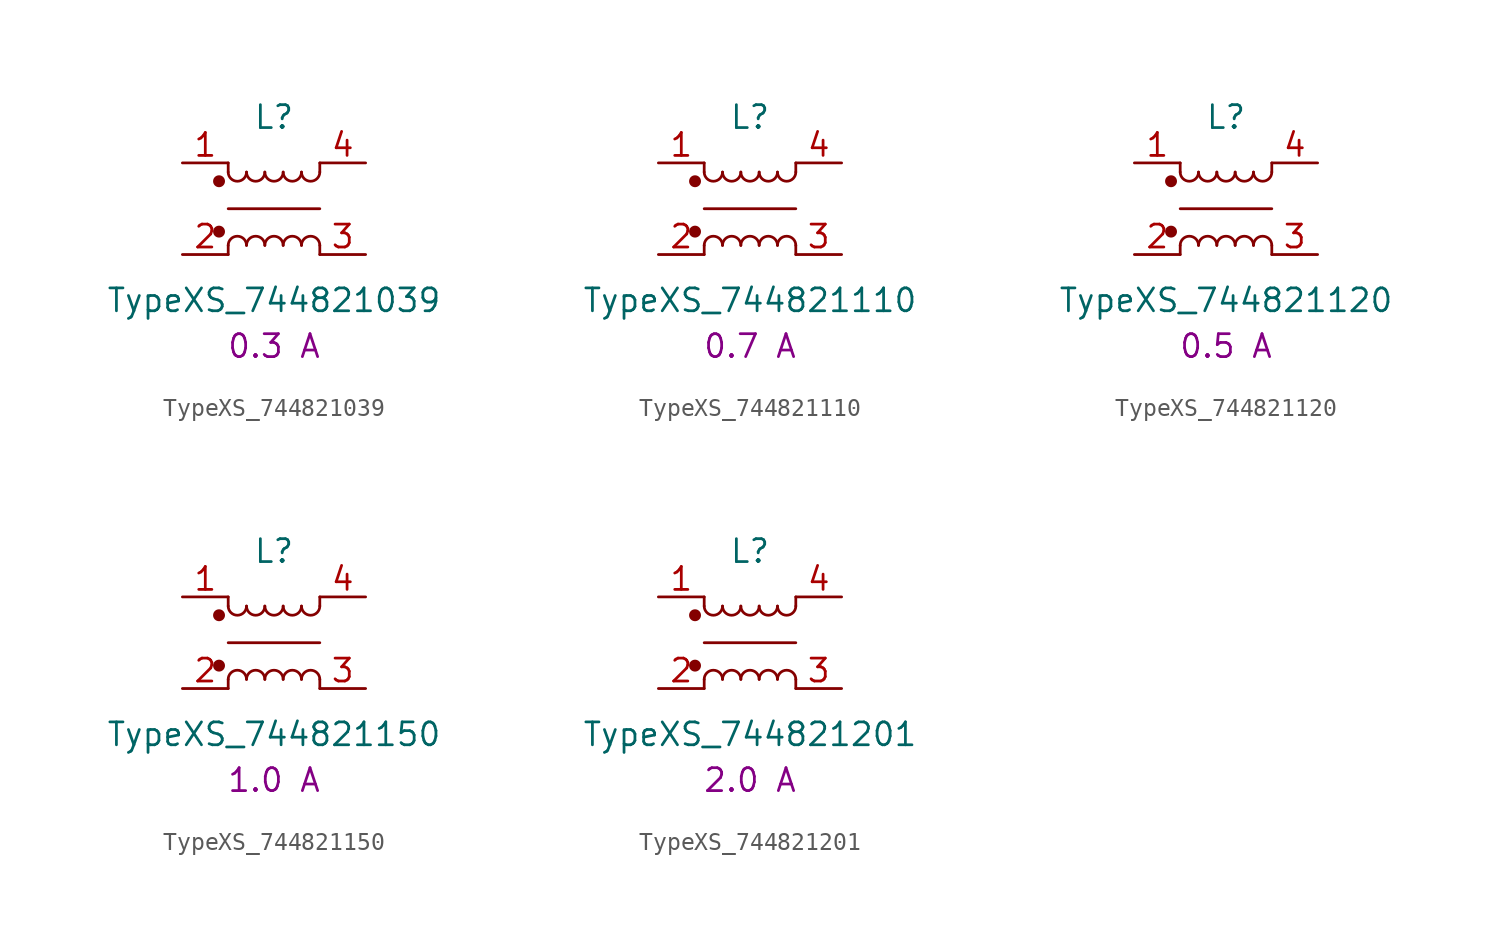
<source format=kicad_sym>
(kicad_symbol_lib
  (version 20220914)
  (generator kicad_symbol_editor)
  (symbol "TypeXS_744821039"
    (pin_names hide)
    (property "Reference" "L"
      (at 0 5.08 0)
      (effects (font (size 1.27 1.27))))
    (property "Value" "TypeXS_744821039"
      (at 0 -5.08 0)
      (effects (font (size 1.27 1.27))))
    (property "Critical Parameter" "0.3 A"
      (at 0 -7.62 0)
      (effects (font (size 1.27 1.27))))
    (symbol "TypeXS_744821039_0_1"
      (circle (center -3.048 -1.27) (radius 0.254) (stroke (width 0) (type default)) (fill (type outline)))
      (circle (center -3.048 1.524) (radius 0.254) (stroke (width 0) (type default)) (fill (type outline)))
      (arc (start -2.54 2.032) (mid -2.032 1.5262) (end -1.524 2.032) (stroke (width 0) (type default)) (fill (type none)))
      (arc (start -1.524 -2.032) (mid -2.032 -1.5262) (end -2.54 -2.032) (stroke (width 0) (type default)) (fill (type none)))
      (arc (start -1.524 2.032) (mid -1.016 1.5262) (end -0.508 2.032) (stroke (width 0) (type default)) (fill (type none)))
      (arc (start -0.508 -2.032) (mid -1.016 -1.5262) (end -1.524 -2.032) (stroke (width 0) (type default)) (fill (type none)))
      (arc (start -0.508 2.032) (mid 0 1.5262) (end 0.508 2.032) (stroke (width 0) (type default)) (fill (type none)))
      (polyline (pts (xy -2.54 -2.032) (xy -2.54 -2.54)) (stroke (width 0) (type default)) (fill (type none)))
      (polyline (pts (xy -2.54 2.032) (xy -2.54 2.54)) (stroke (width 0) (type default)) (fill (type none)))
      (polyline (pts (xy 2.54 -2.032) (xy 2.54 -2.54)) (stroke (width 0) (type default)) (fill (type none)))
      (polyline (pts (xy 2.54 0) (xy -2.54 0)) (stroke (width 0) (type default)) (fill (type none)))
      (polyline (pts (xy 2.54 2.54) (xy 2.54 2.032)) (stroke (width 0) (type default)) (fill (type none)))
      (arc (start 0.508 -2.032) (mid 0 -1.5262) (end -0.508 -2.032) (stroke (width 0) (type default)) (fill (type none)))
      (arc (start 0.508 2.032) (mid 1.016 1.5262) (end 1.524 2.032) (stroke (width 0) (type default)) (fill (type none)))
      (arc (start 1.524 -2.032) (mid 1.016 -1.5262) (end 0.508 -2.032) (stroke (width 0) (type default)) (fill (type none)))
      (arc (start 1.524 2.032) (mid 2.032 1.5262) (end 2.54 2.032) (stroke (width 0) (type default)) (fill (type none)))
      (arc (start 2.54 -2.032) (mid 2.032 -1.5262) (end 1.524 -2.032) (stroke (width 0) (type default)) (fill (type none))))
    (symbol "TypeXS_744821039_1_1"
      (pin passive line (at -5.08 2.54 0) (length 2.54) (name "1" (effects (font (size 1.27 1.27)))) (number "1" (effects (font (size 1.27 1.27)))))
      (pin passive line (at -5.08 -2.54 0) (length 2.54) (name "2" (effects (font (size 1.27 1.27)))) (number "2" (effects (font (size 1.27 1.27)))))
      (pin passive line (at 5.08 -2.54 180) (length 2.54) (name "3" (effects (font (size 1.27 1.27)))) (number "3" (effects (font (size 1.27 1.27)))))
      (pin passive line (at 5.08 2.54 180) (length 2.54) (name "4" (effects (font (size 1.27 1.27)))) (number "4" (effects (font (size 1.27 1.27)))))))
  (symbol "TypeXS_744821110"
    (pin_names hide)
    (property "Reference" "L"
      (at 0 5.08 0)
      (effects (font (size 1.27 1.27))))
    (property "Value" "TypeXS_744821110"
      (at 0 -5.08 0)
      (effects (font (size 1.27 1.27))))
    (property "Critical Parameter" "0.7 A"
      (at 0 -7.62 0)
      (effects (font (size 1.27 1.27))))
    (symbol "TypeXS_744821110_0_1"
      (circle (center -3.048 -1.27) (radius 0.254) (stroke (width 0) (type default)) (fill (type outline)))
      (circle (center -3.048 1.524) (radius 0.254) (stroke (width 0) (type default)) (fill (type outline)))
      (arc (start -2.54 2.032) (mid -2.032 1.5262) (end -1.524 2.032) (stroke (width 0) (type default)) (fill (type none)))
      (arc (start -1.524 -2.032) (mid -2.032 -1.5262) (end -2.54 -2.032) (stroke (width 0) (type default)) (fill (type none)))
      (arc (start -1.524 2.032) (mid -1.016 1.5262) (end -0.508 2.032) (stroke (width 0) (type default)) (fill (type none)))
      (arc (start -0.508 -2.032) (mid -1.016 -1.5262) (end -1.524 -2.032) (stroke (width 0) (type default)) (fill (type none)))
      (arc (start -0.508 2.032) (mid 0 1.5262) (end 0.508 2.032) (stroke (width 0) (type default)) (fill (type none)))
      (polyline (pts (xy -2.54 -2.032) (xy -2.54 -2.54)) (stroke (width 0) (type default)) (fill (type none)))
      (polyline (pts (xy -2.54 2.032) (xy -2.54 2.54)) (stroke (width 0) (type default)) (fill (type none)))
      (polyline (pts (xy 2.54 -2.032) (xy 2.54 -2.54)) (stroke (width 0) (type default)) (fill (type none)))
      (polyline (pts (xy 2.54 0) (xy -2.54 0)) (stroke (width 0) (type default)) (fill (type none)))
      (polyline (pts (xy 2.54 2.54) (xy 2.54 2.032)) (stroke (width 0) (type default)) (fill (type none)))
      (arc (start 0.508 -2.032) (mid 0 -1.5262) (end -0.508 -2.032) (stroke (width 0) (type default)) (fill (type none)))
      (arc (start 0.508 2.032) (mid 1.016 1.5262) (end 1.524 2.032) (stroke (width 0) (type default)) (fill (type none)))
      (arc (start 1.524 -2.032) (mid 1.016 -1.5262) (end 0.508 -2.032) (stroke (width 0) (type default)) (fill (type none)))
      (arc (start 1.524 2.032) (mid 2.032 1.5262) (end 2.54 2.032) (stroke (width 0) (type default)) (fill (type none)))
      (arc (start 2.54 -2.032) (mid 2.032 -1.5262) (end 1.524 -2.032) (stroke (width 0) (type default)) (fill (type none))))
    (symbol "TypeXS_744821110_1_1"
      (pin passive line (at -5.08 2.54 0) (length 2.54) (name "1" (effects (font (size 1.27 1.27)))) (number "1" (effects (font (size 1.27 1.27)))))
      (pin passive line (at -5.08 -2.54 0) (length 2.54) (name "2" (effects (font (size 1.27 1.27)))) (number "2" (effects (font (size 1.27 1.27)))))
      (pin passive line (at 5.08 -2.54 180) (length 2.54) (name "3" (effects (font (size 1.27 1.27)))) (number "3" (effects (font (size 1.27 1.27)))))
      (pin passive line (at 5.08 2.54 180) (length 2.54) (name "4" (effects (font (size 1.27 1.27)))) (number "4" (effects (font (size 1.27 1.27)))))))
  (symbol "TypeXS_744821120"
    (pin_names hide)
    (property "Reference" "L"
      (at 0 5.08 0)
      (effects (font (size 1.27 1.27))))
    (property "Value" "TypeXS_744821120"
      (at 0 -5.08 0)
      (effects (font (size 1.27 1.27))))
    (property "Critical Parameter" "0.5 A"
      (at 0 -7.62 0)
      (effects (font (size 1.27 1.27))))
    (symbol "TypeXS_744821120_0_1"
      (circle (center -3.048 -1.27) (radius 0.254) (stroke (width 0) (type default)) (fill (type outline)))
      (circle (center -3.048 1.524) (radius 0.254) (stroke (width 0) (type default)) (fill (type outline)))
      (arc (start -2.54 2.032) (mid -2.032 1.5262) (end -1.524 2.032) (stroke (width 0) (type default)) (fill (type none)))
      (arc (start -1.524 -2.032) (mid -2.032 -1.5262) (end -2.54 -2.032) (stroke (width 0) (type default)) (fill (type none)))
      (arc (start -1.524 2.032) (mid -1.016 1.5262) (end -0.508 2.032) (stroke (width 0) (type default)) (fill (type none)))
      (arc (start -0.508 -2.032) (mid -1.016 -1.5262) (end -1.524 -2.032) (stroke (width 0) (type default)) (fill (type none)))
      (arc (start -0.508 2.032) (mid 0 1.5262) (end 0.508 2.032) (stroke (width 0) (type default)) (fill (type none)))
      (polyline (pts (xy -2.54 -2.032) (xy -2.54 -2.54)) (stroke (width 0) (type default)) (fill (type none)))
      (polyline (pts (xy -2.54 2.032) (xy -2.54 2.54)) (stroke (width 0) (type default)) (fill (type none)))
      (polyline (pts (xy 2.54 -2.032) (xy 2.54 -2.54)) (stroke (width 0) (type default)) (fill (type none)))
      (polyline (pts (xy 2.54 0) (xy -2.54 0)) (stroke (width 0) (type default)) (fill (type none)))
      (polyline (pts (xy 2.54 2.54) (xy 2.54 2.032)) (stroke (width 0) (type default)) (fill (type none)))
      (arc (start 0.508 -2.032) (mid 0 -1.5262) (end -0.508 -2.032) (stroke (width 0) (type default)) (fill (type none)))
      (arc (start 0.508 2.032) (mid 1.016 1.5262) (end 1.524 2.032) (stroke (width 0) (type default)) (fill (type none)))
      (arc (start 1.524 -2.032) (mid 1.016 -1.5262) (end 0.508 -2.032) (stroke (width 0) (type default)) (fill (type none)))
      (arc (start 1.524 2.032) (mid 2.032 1.5262) (end 2.54 2.032) (stroke (width 0) (type default)) (fill (type none)))
      (arc (start 2.54 -2.032) (mid 2.032 -1.5262) (end 1.524 -2.032) (stroke (width 0) (type default)) (fill (type none))))
    (symbol "TypeXS_744821120_1_1"
      (pin passive line (at -5.08 2.54 0) (length 2.54) (name "1" (effects (font (size 1.27 1.27)))) (number "1" (effects (font (size 1.27 1.27)))))
      (pin passive line (at -5.08 -2.54 0) (length 2.54) (name "2" (effects (font (size 1.27 1.27)))) (number "2" (effects (font (size 1.27 1.27)))))
      (pin passive line (at 5.08 -2.54 180) (length 2.54) (name "3" (effects (font (size 1.27 1.27)))) (number "3" (effects (font (size 1.27 1.27)))))
      (pin passive line (at 5.08 2.54 180) (length 2.54) (name "4" (effects (font (size 1.27 1.27)))) (number "4" (effects (font (size 1.27 1.27)))))))
  (symbol "TypeXS_744821150"
    (pin_names hide)
    (property "Reference" "L"
      (at 0 5.08 0)
      (effects (font (size 1.27 1.27))))
    (property "Value" "TypeXS_744821150"
      (at 0 -5.08 0)
      (effects (font (size 1.27 1.27))))
    (property "Critical Parameter" "1.0 A"
      (at 0 -7.62 0)
      (effects (font (size 1.27 1.27))))
    (symbol "TypeXS_744821150_0_1"
      (circle (center -3.048 -1.27) (radius 0.254) (stroke (width 0) (type default)) (fill (type outline)))
      (circle (center -3.048 1.524) (radius 0.254) (stroke (width 0) (type default)) (fill (type outline)))
      (arc (start -2.54 2.032) (mid -2.032 1.5262) (end -1.524 2.032) (stroke (width 0) (type default)) (fill (type none)))
      (arc (start -1.524 -2.032) (mid -2.032 -1.5262) (end -2.54 -2.032) (stroke (width 0) (type default)) (fill (type none)))
      (arc (start -1.524 2.032) (mid -1.016 1.5262) (end -0.508 2.032) (stroke (width 0) (type default)) (fill (type none)))
      (arc (start -0.508 -2.032) (mid -1.016 -1.5262) (end -1.524 -2.032) (stroke (width 0) (type default)) (fill (type none)))
      (arc (start -0.508 2.032) (mid 0 1.5262) (end 0.508 2.032) (stroke (width 0) (type default)) (fill (type none)))
      (polyline (pts (xy -2.54 -2.032) (xy -2.54 -2.54)) (stroke (width 0) (type default)) (fill (type none)))
      (polyline (pts (xy -2.54 2.032) (xy -2.54 2.54)) (stroke (width 0) (type default)) (fill (type none)))
      (polyline (pts (xy 2.54 -2.032) (xy 2.54 -2.54)) (stroke (width 0) (type default)) (fill (type none)))
      (polyline (pts (xy 2.54 0) (xy -2.54 0)) (stroke (width 0) (type default)) (fill (type none)))
      (polyline (pts (xy 2.54 2.54) (xy 2.54 2.032)) (stroke (width 0) (type default)) (fill (type none)))
      (arc (start 0.508 -2.032) (mid 0 -1.5262) (end -0.508 -2.032) (stroke (width 0) (type default)) (fill (type none)))
      (arc (start 0.508 2.032) (mid 1.016 1.5262) (end 1.524 2.032) (stroke (width 0) (type default)) (fill (type none)))
      (arc (start 1.524 -2.032) (mid 1.016 -1.5262) (end 0.508 -2.032) (stroke (width 0) (type default)) (fill (type none)))
      (arc (start 1.524 2.032) (mid 2.032 1.5262) (end 2.54 2.032) (stroke (width 0) (type default)) (fill (type none)))
      (arc (start 2.54 -2.032) (mid 2.032 -1.5262) (end 1.524 -2.032) (stroke (width 0) (type default)) (fill (type none))))
    (symbol "TypeXS_744821150_1_1"
      (pin passive line (at -5.08 2.54 0) (length 2.54) (name "1" (effects (font (size 1.27 1.27)))) (number "1" (effects (font (size 1.27 1.27)))))
      (pin passive line (at -5.08 -2.54 0) (length 2.54) (name "2" (effects (font (size 1.27 1.27)))) (number "2" (effects (font (size 1.27 1.27)))))
      (pin passive line (at 5.08 -2.54 180) (length 2.54) (name "3" (effects (font (size 1.27 1.27)))) (number "3" (effects (font (size 1.27 1.27)))))
      (pin passive line (at 5.08 2.54 180) (length 2.54) (name "4" (effects (font (size 1.27 1.27)))) (number "4" (effects (font (size 1.27 1.27)))))))
  (symbol "TypeXS_744821201"
    (pin_names hide)
    (property "Reference" "L"
      (at 0 5.08 0)
      (effects (font (size 1.27 1.27))))
    (property "Value" "TypeXS_744821201"
      (at 0 -5.08 0)
      (effects (font (size 1.27 1.27))))
    (property "Critical Parameter" "2.0 A"
      (at 0 -7.62 0)
      (effects (font (size 1.27 1.27))))
    (symbol "TypeXS_744821201_0_1"
      (circle (center -3.048 -1.27) (radius 0.254) (stroke (width 0) (type default)) (fill (type outline)))
      (circle (center -3.048 1.524) (radius 0.254) (stroke (width 0) (type default)) (fill (type outline)))
      (arc (start -2.54 2.032) (mid -2.032 1.5262) (end -1.524 2.032) (stroke (width 0) (type default)) (fill (type none)))
      (arc (start -1.524 -2.032) (mid -2.032 -1.5262) (end -2.54 -2.032) (stroke (width 0) (type default)) (fill (type none)))
      (arc (start -1.524 2.032) (mid -1.016 1.5262) (end -0.508 2.032) (stroke (width 0) (type default)) (fill (type none)))
      (arc (start -0.508 -2.032) (mid -1.016 -1.5262) (end -1.524 -2.032) (stroke (width 0) (type default)) (fill (type none)))
      (arc (start -0.508 2.032) (mid 0 1.5262) (end 0.508 2.032) (stroke (width 0) (type default)) (fill (type none)))
      (polyline (pts (xy -2.54 -2.032) (xy -2.54 -2.54)) (stroke (width 0) (type default)) (fill (type none)))
      (polyline (pts (xy -2.54 2.032) (xy -2.54 2.54)) (stroke (width 0) (type default)) (fill (type none)))
      (polyline (pts (xy 2.54 -2.032) (xy 2.54 -2.54)) (stroke (width 0) (type default)) (fill (type none)))
      (polyline (pts (xy 2.54 0) (xy -2.54 0)) (stroke (width 0) (type default)) (fill (type none)))
      (polyline (pts (xy 2.54 2.54) (xy 2.54 2.032)) (stroke (width 0) (type default)) (fill (type none)))
      (arc (start 0.508 -2.032) (mid 0 -1.5262) (end -0.508 -2.032) (stroke (width 0) (type default)) (fill (type none)))
      (arc (start 0.508 2.032) (mid 1.016 1.5262) (end 1.524 2.032) (stroke (width 0) (type default)) (fill (type none)))
      (arc (start 1.524 -2.032) (mid 1.016 -1.5262) (end 0.508 -2.032) (stroke (width 0) (type default)) (fill (type none)))
      (arc (start 1.524 2.032) (mid 2.032 1.5262) (end 2.54 2.032) (stroke (width 0) (type default)) (fill (type none)))
      (arc (start 2.54 -2.032) (mid 2.032 -1.5262) (end 1.524 -2.032) (stroke (width 0) (type default)) (fill (type none))))
    (symbol "TypeXS_744821201_1_1"
      (pin passive line (at -5.08 2.54 0) (length 2.54) (name "1" (effects (font (size 1.27 1.27)))) (number "1" (effects (font (size 1.27 1.27)))))
      (pin passive line (at -5.08 -2.54 0) (length 2.54) (name "2" (effects (font (size 1.27 1.27)))) (number "2" (effects (font (size 1.27 1.27)))))
      (pin passive line (at 5.08 -2.54 180) (length 2.54) (name "3" (effects (font (size 1.27 1.27)))) (number "3" (effects (font (size 1.27 1.27)))))
      (pin passive line (at 5.08 2.54 180) (length 2.54) (name "4" (effects (font (size 1.27 1.27)))) (number "4" (effects (font (size 1.27 1.27))))))))
</source>
